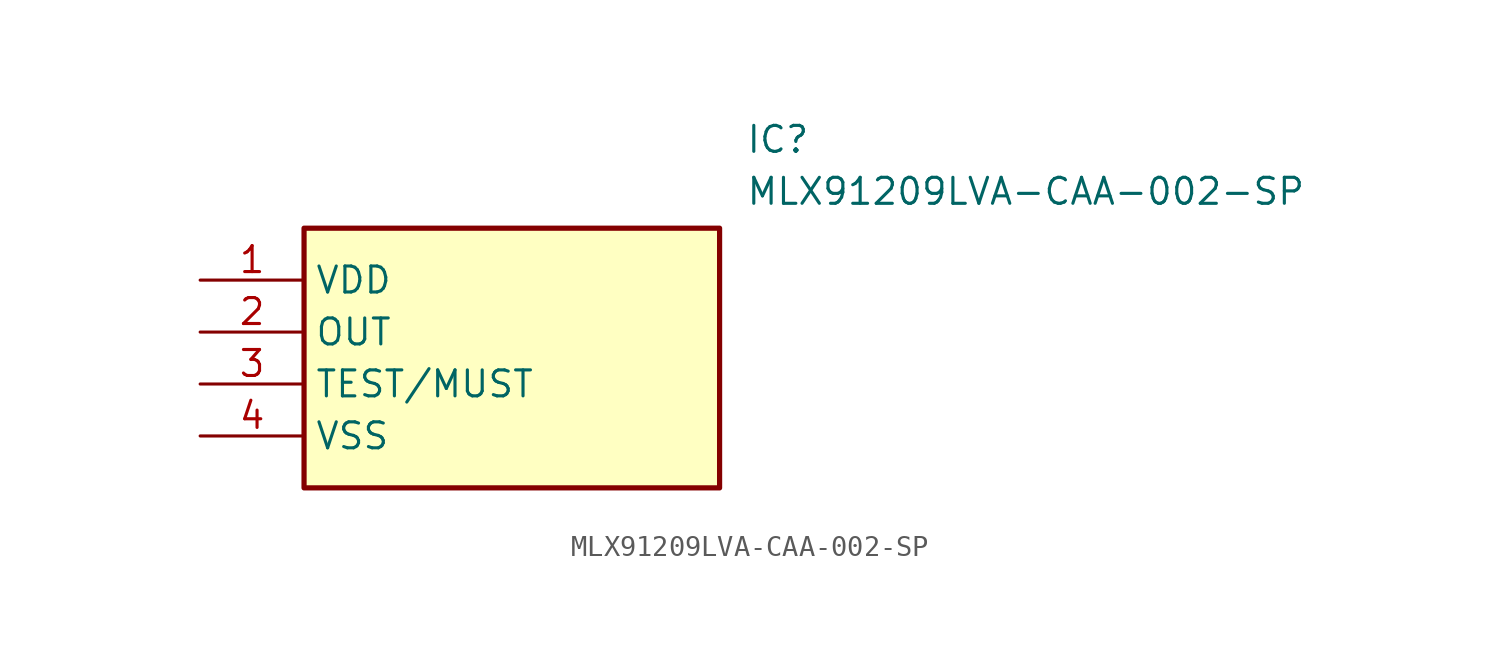
<source format=kicad_sym>
(kicad_symbol_lib
  (version 20211014)
  (generator SamacSys_ECAD_Model)
  (symbol "MLX91209LVA-CAA-002-SP"
    (property "Reference" "IC"
      (at 26.67 7.62 0)
      (effects (font (size 1.27 1.27)) (justify left top)))
    (property "Value" "MLX91209LVA-CAA-002-SP"
      (at 26.67 5.08 0)
      (effects (font (size 1.27 1.27)) (justify left top)))
    (rectangle
      (start 5.08 2.54)
      (end 25.4 -10.16)
      (stroke (width 0.254) (type default))
      (fill (type background)))
    (pin passive line
      (at 0 0 0)
      (length 5.08)
      (name "VDD" (effects (font (size 1.27 1.27))))
      (number "1" (effects (font (size 1.27 1.27)))))
    (pin passive line
      (at 0 -2.54 0)
      (length 5.08)
      (name "OUT" (effects (font (size 1.27 1.27))))
      (number "2" (effects (font (size 1.27 1.27)))))
    (pin passive line
      (at 0 -5.08 0)
      (length 5.08)
      (name "TEST/MUST" (effects (font (size 1.27 1.27))))
      (number "3" (effects (font (size 1.27 1.27)))))
    (pin passive line
      (at 0 -7.62 0)
      (length 5.08)
      (name "VSS" (effects (font (size 1.27 1.27))))
      (number "4" (effects (font (size 1.27 1.27)))))))
</source>
